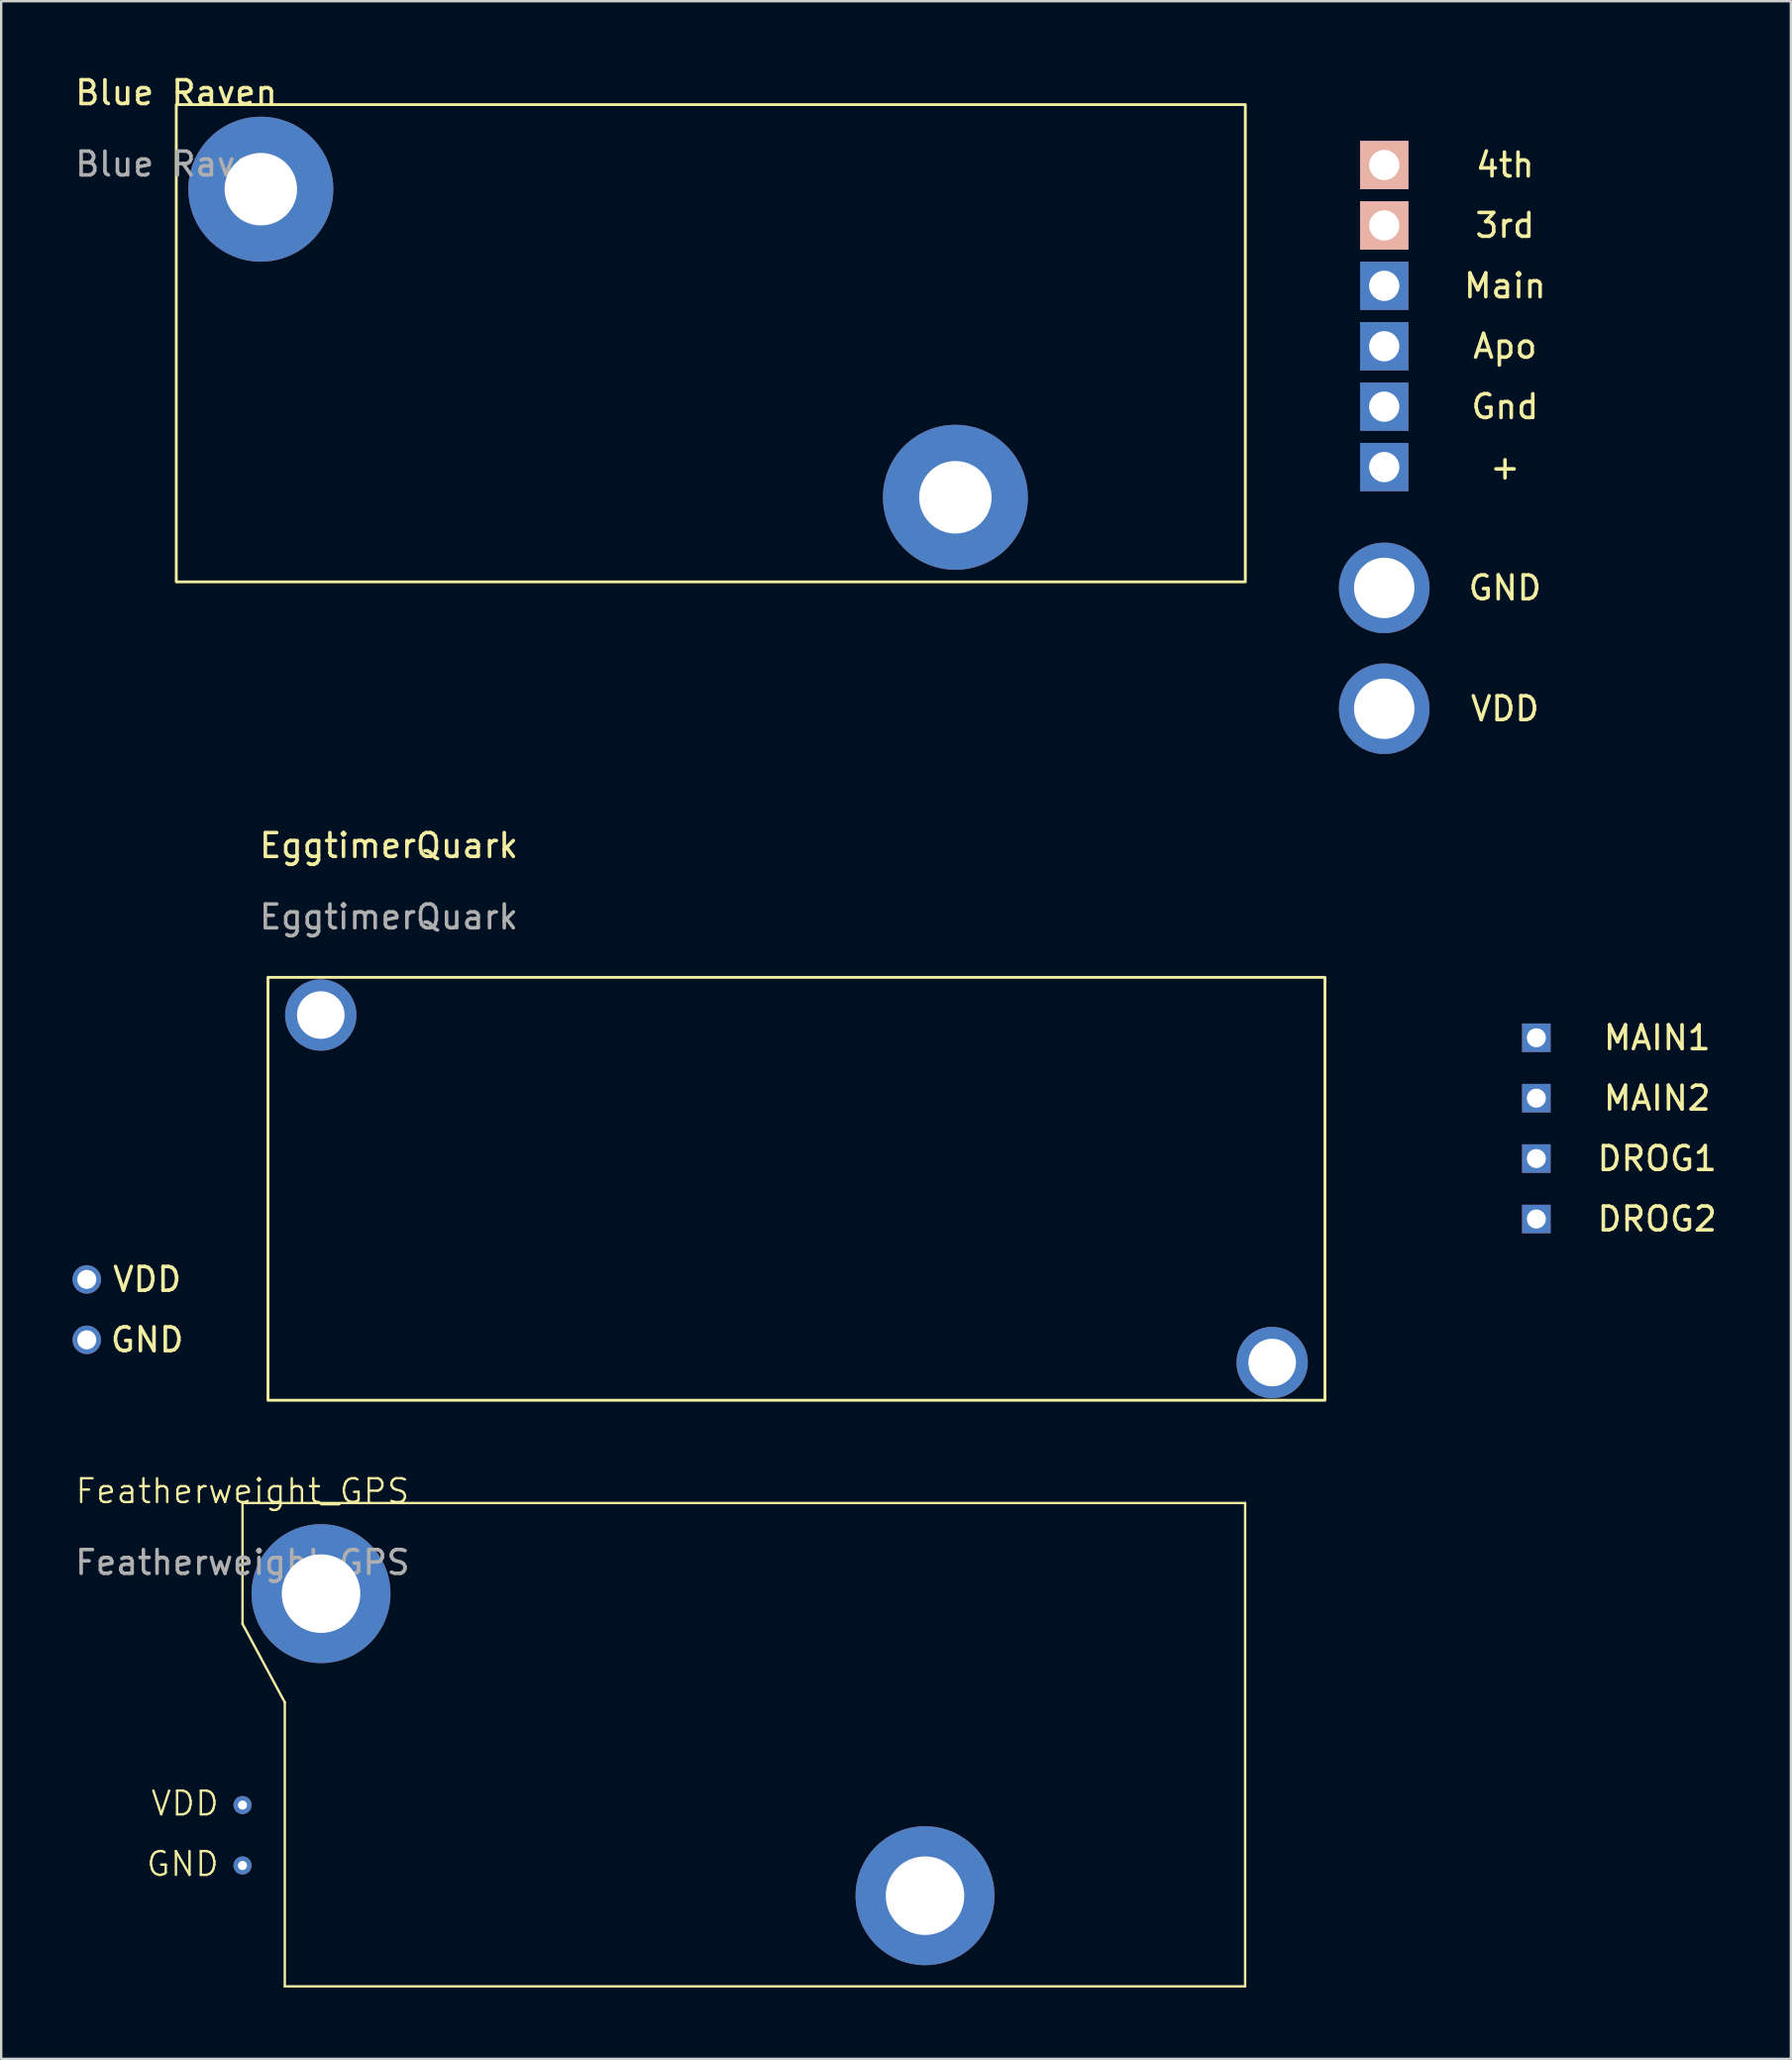
<source format=kicad_pcb>
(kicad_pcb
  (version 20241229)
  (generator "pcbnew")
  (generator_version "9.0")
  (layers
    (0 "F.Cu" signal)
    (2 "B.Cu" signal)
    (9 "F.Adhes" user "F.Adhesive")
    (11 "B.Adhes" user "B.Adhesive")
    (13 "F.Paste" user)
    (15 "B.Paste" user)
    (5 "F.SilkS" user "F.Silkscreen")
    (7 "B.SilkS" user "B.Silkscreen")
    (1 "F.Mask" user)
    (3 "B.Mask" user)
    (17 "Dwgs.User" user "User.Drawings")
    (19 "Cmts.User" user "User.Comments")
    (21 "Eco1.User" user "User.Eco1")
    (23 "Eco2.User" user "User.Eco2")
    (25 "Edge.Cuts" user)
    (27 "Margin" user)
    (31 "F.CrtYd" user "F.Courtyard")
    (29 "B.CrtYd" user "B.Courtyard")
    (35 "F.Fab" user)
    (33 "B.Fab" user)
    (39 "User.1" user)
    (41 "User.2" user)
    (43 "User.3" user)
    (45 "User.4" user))
  (footprint "EggtimerQuark"
    (layer "F.Cu")
    (at 8.22 38.041)
    (property "Reference" "EggtimerQuark" (at 5.08 -5.54 0) (unlocked yes) (layer "F.SilkS") (effects (font (size 1 1) (thickness 0.15))))
    (attr through_hole)
    (fp_rect (start 0 0) (end 44.45 17.78) (stroke (width 0.12) (type solid)) (fill no) (layer "F.SilkS"))
    (fp_text user "MAIN1" (at 58.42 2.54 0) (unlocked yes) (layer "F.SilkS") (effects (font (size 1 1) (thickness 0.15))))
    (fp_text user "DROG1" (at 58.42 7.62 0) (unlocked yes) (layer "F.SilkS") (effects (font (size 1 1) (thickness 0.15))))
    (fp_text user "DROG2" (at 58.42 10.16 0) (unlocked yes) (layer "F.SilkS") (effects (font (size 1 1) (thickness 0.15))))
    (fp_text user "VDD" (at -5.08 12.7 0) (unlocked yes) (layer "F.SilkS") (effects (font (size 1 1) (thickness 0.15))))
    (fp_text user "MAIN2" (at 58.42 5.08 0) (unlocked yes) (layer "F.SilkS") (effects (font (size 1 1) (thickness 0.15))))
    (fp_text user "GND" (at -5.08 15.24 0) (unlocked yes) (layer "F.SilkS") (effects (font (size 1 1) (thickness 0.15))))
    (fp_text user "${REFERENCE}" (at 5.08 -2.54 0) (unlocked yes) (layer "F.Fab") (effects (font (size 1 1) (thickness 0.15))))
    (pad "" thru_hole circle (at -7.62 12.7) (size 1.2 1.2) (drill 0.8) (layers "*.Cu" "*.Mask"))
    (pad "" np_thru_hole circle (at 2.22 1.585) (size 3 3) (drill 2) (layers "*.Cu" "*.Mask"))
    (pad "" np_thru_hole circle (at 42.23 16.195) (size 3 3) (drill 2) (layers "*.Cu" "*.Mask"))
    (pad "0" thru_hole circle (at -7.62 15.24) (size 1.2 1.2) (drill 0.8) (layers "*.Cu" "*.Mask"))
    (pad "3" thru_hole rect (at 53.34 2.54) (size 1.2 1.2) (drill 0.8) (layers "*.Cu" "*.Mask"))
    (pad "4" thru_hole rect (at 53.34 5.08) (size 1.2 1.2) (drill 0.8) (layers "*.Cu" "*.Mask"))
    (pad "5" thru_hole rect (at 53.34 7.62) (size 1.2 1.2) (drill 0.8) (layers "*.Cu" "*.Mask"))
    (pad "6" thru_hole rect (at 53.34 10.16) (size 1.2 1.2) (drill 0.8) (layers "*.Cu" "*.Mask")))
  (footprint "Featherweight_GPS"
    (layer "F.Cu")
    (at 7.149 60.142)
    (property "Reference" "Featherweight_GPS" (at 0 -0.5 0) (unlocked yes) (layer "F.SilkS") (effects (font (size 1 1) (thickness 0.1))))
    (attr through_hole)
    (fp_line (start 0 0) (end 0 5.08) (stroke (width 0.1) (type default)) (layer "F.SilkS"))
    (fp_line (start 0 0) (end 42.164 0) (stroke (width 0.1) (type default)) (layer "F.SilkS"))
    (fp_line (start 1.778 8.382) (end 0 5.08) (stroke (width 0.1) (type default)) (layer "F.SilkS"))
    (fp_line (start 1.778 8.382) (end 1.778 20.32) (stroke (width 0.1) (type default)) (layer "F.SilkS"))
    (fp_line (start 1.778 20.32) (end 42.164 20.32) (stroke (width 0.1) (type default)) (layer "F.SilkS"))
    (fp_line (start 42.164 0) (end 42.164 20.32) (stroke (width 0.1) (type default)) (layer "F.SilkS"))
    (fp_text user "GND" (at -4.105 15.76 0) (unlocked yes) (layer "F.SilkS") (effects (font (size 1 1) (thickness 0.1)) (justify left bottom)))
    (fp_text user "VDD" (at -3.913 13.217 0) (unlocked yes) (layer "F.SilkS") (effects (font (size 1 1) (thickness 0.1)) (justify left bottom)))
    (fp_text user "${REFERENCE}" (at 0 2.5 0) (unlocked yes) (layer "F.Fab") (effects (font (size 1 1) (thickness 0.15))))
    (pad "1" thru_hole circle (at 3.302 3.81) (size 5.842 5.842) (drill 3.302) (layers "*.Cu" "*.Mask"))
    (pad "2" thru_hole circle (at 28.702 16.51) (size 5.842 5.842) (drill 3.302) (layers "*.Cu" "*.Mask"))
    (pad "3" thru_hole circle (at 0 15.24) (size 0.762 0.762) (drill 0.381) (layers "*.Cu" "*.Mask"))
    (pad "4" thru_hole circle (at 0 12.7) (size 0.762 0.762) (drill 0.381) (layers "*.Cu" "*.Mask")))
  (footprint "Blue Raven"
    (layer "F.Cu")
    (at 4.363 1.348)
    (property "Reference" "Blue Raven" (at 0 -0.5 0) (unlocked yes) (layer "F.SilkS") (effects (font (size 1 1) (thickness 0.15))))
    (attr through_hole)
    (fp_rect (start 0 0) (end 44.958 20.066) (stroke (width 0.12) (type solid)) (fill no) (layer "F.SilkS"))
    (fp_text user "3rd" (at 55.88 5.08 0) (unlocked yes) (layer "F.SilkS") (effects (font (size 1 1) (thickness 0.15))))
    (fp_text user "Gnd" (at 55.88 12.7 0) (unlocked yes) (layer "F.SilkS") (effects (font (size 1 1) (thickness 0.15))))
    (fp_text user "4th" (at 55.88 2.54 0) (unlocked yes) (layer "F.SilkS") (effects (font (size 1 1) (thickness 0.15))))
    (fp_text user "VDD" (at 55.88 25.4 0) (unlocked yes) (layer "F.SilkS") (effects (font (size 1 1) (thickness 0.15))))
    (fp_text user "+" (at 55.88 15.24 0) (unlocked yes) (layer "F.SilkS") (effects (font (size 1 1) (thickness 0.15))))
    (fp_text user "Main" (at 55.88 7.62 0) (unlocked yes) (layer "F.SilkS") (effects (font (size 1 1) (thickness 0.15))))
    (fp_text user "GND" (at 55.88 20.32 0) (unlocked yes) (layer "F.SilkS") (effects (font (size 1 1) (thickness 0.15))))
    (fp_text user "Apo" (at 55.88 10.16 0) (unlocked yes) (layer "F.SilkS") (effects (font (size 1 1) (thickness 0.15))))
    (fp_text user "${REFERENCE}" (at 0 2.5 0) (unlocked yes) (layer "F.Fab") (effects (font (size 1 1) (thickness 0.15))))
    (pad "" np_thru_hole circle (at 3.556 3.556) (size 6.096 6.096) (drill 3.048) (layers "*.Cu" "*.Mask"))
    (pad "" np_thru_hole circle (at 32.766 16.51) (size 6.096 6.096) (drill 3.048) (layers "*.Cu" "*.Mask"))
    (pad "" thru_hole rect (at 50.8 2.54) (size 2.032 2.032) (drill 1.27) (layers "*.Cu" "*.Mask" "B.SilkS"))
    (pad "" thru_hole rect (at 50.8 5.08) (size 2.032 2.032) (drill 1.27) (layers "*.Cu" "*.Mask" "B.SilkS"))
    (pad "" thru_hole rect (at 50.8 7.62) (size 2.032 2.032) (drill 1.27) (layers "*.Cu" "*.Mask"))
    (pad "" thru_hole rect (at 50.8 10.16) (size 2.032 2.032) (drill 1.27) (layers "*.Cu" "*.Mask"))
    (pad "" thru_hole rect (at 50.8 12.7) (size 2.032 2.032) (drill 1.27) (layers "*.Cu" "*.Mask"))
    (pad "" thru_hole rect (at 50.8 15.24) (size 2.032 2.032) (drill 1.27) (layers "*.Cu" "*.Mask"))
    (pad "0" thru_hole circle (at 50.8 20.32) (size 3.81 3.81) (drill 2.54) (layers "*.Cu" "*.Mask"))
    (pad "0" thru_hole circle (at 50.8 25.4) (size 3.81 3.81) (drill 2.54) (layers "*.Cu" "*.Mask")))
  (gr_rect
    (start -3 -3)
    (end 72.265 83.512)
    (stroke (width 0.1) (type default))
    (fill no)
    (layer "Edge.Cuts")))
</source>
